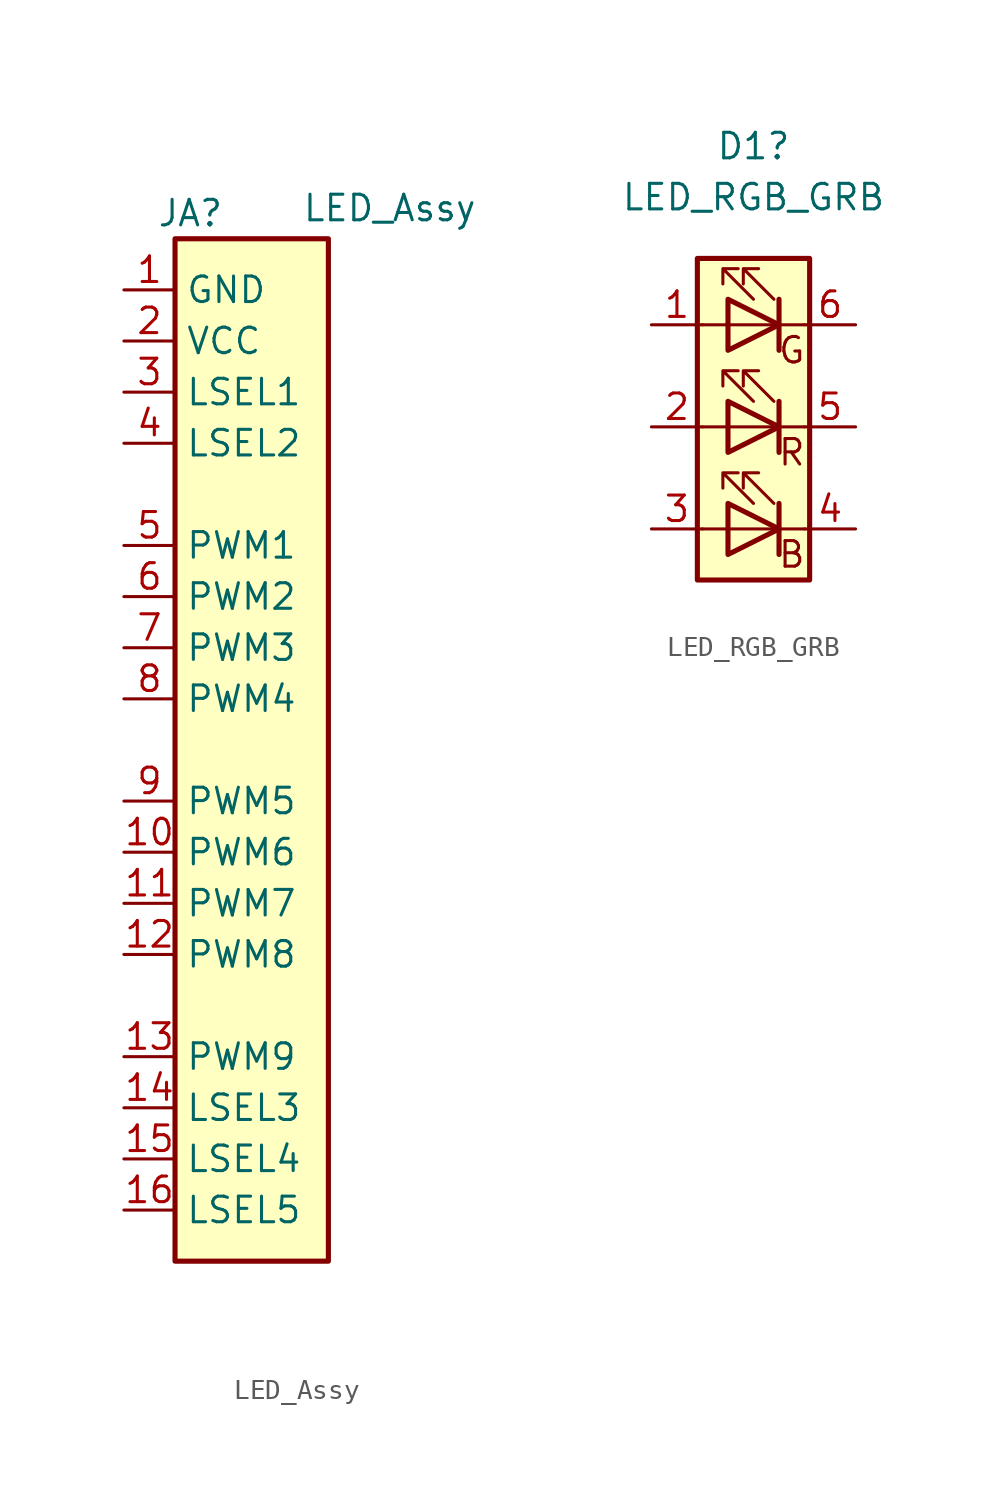
<source format=kicad_sym>
(kicad_symbol_lib
  (version 20231120)
  (generator "kicad_symbol_editor")
  (generator_version "8.0")
  (symbol "LED_Assy"
    (property "Reference" "JA"
      (at -3.048 26.67 0)
      (effects (font (size 1.27 1.27))))
    (property "Value" "LED_Assy"
      (at 6.858 26.924 0)
      (effects (font (size 1.27 1.27))))
    (symbol "LED_Assy_0_1"
      (rectangle (start -3.81 25.4) (end 3.81 -25.4) (stroke (width 0.254) (type default)) (fill (type background))))
    (symbol "LED_Assy_1_1"
      (pin power_in line (at -6.35 22.86 0) (length 2.54) (name "GND" (effects (font (size 1.27 1.27)))) (number "1" (effects (font (size 1.27 1.27)))))
      (pin bidirectional line (at -6.35 -5.08 0) (length 2.54) (name "PWM6" (effects (font (size 1.27 1.27)))) (number "10" (effects (font (size 1.27 1.27)))))
      (pin bidirectional line (at -6.35 -7.62 0) (length 2.54) (name "PWM7" (effects (font (size 1.27 1.27)))) (number "11" (effects (font (size 1.27 1.27)))))
      (pin bidirectional line (at -6.35 -10.16 0) (length 2.54) (name "PWM8" (effects (font (size 1.27 1.27)))) (number "12" (effects (font (size 1.27 1.27)))))
      (pin bidirectional line (at -6.35 -15.24 0) (length 2.54) (name "PWM9" (effects (font (size 1.27 1.27)))) (number "13" (effects (font (size 1.27 1.27)))))
      (pin bidirectional line (at -6.35 -17.78 0) (length 2.54) (name "LSEL3" (effects (font (size 1.27 1.27)))) (number "14" (effects (font (size 1.27 1.27)))))
      (pin bidirectional line (at -6.35 -20.32 0) (length 2.54) (name "LSEL4" (effects (font (size 1.27 1.27)))) (number "15" (effects (font (size 1.27 1.27)))))
      (pin bidirectional line (at -6.35 -22.86 0) (length 2.54) (name "LSEL5" (effects (font (size 1.27 1.27)))) (number "16" (effects (font (size 1.27 1.27)))))
      (pin power_in line (at -6.35 20.32 0) (length 2.54) (name "VCC" (effects (font (size 1.27 1.27)))) (number "2" (effects (font (size 1.27 1.27)))))
      (pin bidirectional line (at -6.35 17.78 0) (length 2.54) (name "LSEL1" (effects (font (size 1.27 1.27)))) (number "3" (effects (font (size 1.27 1.27)))))
      (pin bidirectional line (at -6.35 15.24 0) (length 2.54) (name "LSEL2" (effects (font (size 1.27 1.27)))) (number "4" (effects (font (size 1.27 1.27)))))
      (pin bidirectional line (at -6.35 10.16 0) (length 2.54) (name "PWM1" (effects (font (size 1.27 1.27)))) (number "5" (effects (font (size 1.27 1.27)))))
      (pin bidirectional line (at -6.35 7.62 0) (length 2.54) (name "PWM2" (effects (font (size 1.27 1.27)))) (number "6" (effects (font (size 1.27 1.27)))))
      (pin bidirectional line (at -6.35 5.08 0) (length 2.54) (name "PWM3" (effects (font (size 1.27 1.27)))) (number "7" (effects (font (size 1.27 1.27)))))
      (pin bidirectional line (at -6.35 2.54 0) (length 2.54) (name "PWM4" (effects (font (size 1.27 1.27)))) (number "8" (effects (font (size 1.27 1.27)))))
      (pin bidirectional line (at -6.35 -2.54 0) (length 2.54) (name "PWM5" (effects (font (size 1.27 1.27)))) (number "9" (effects (font (size 1.27 1.27)))))))
  (symbol "LED_RGB_GRB"
    (pin_names
      (offset 0) hide)
    (property "Reference" "D1"
      (at 0 13.97 0)
      (effects (font (size 1.27 1.27))))
    (property "Value" "LED_RGB_GRB"
      (at 0 11.43 0)
      (effects (font (size 1.27 1.27))))
    (symbol "LED_RGB_GRB_0_0"
      (text "B" (at 1.905 -6.35 0) (effects (font (size 1.27 1.27))))
      (text "G" (at 1.905 3.81 0) (effects (font (size 1.27 1.27))))
      (text "R" (at 1.905 -1.27 0) (effects (font (size 1.27 1.27)))))
    (symbol "LED_RGB_GRB_0_1"
      (rectangle (start -1.27 1.27) (end -1.27 -1.27) (stroke (width 0) (type default)) (fill (type none)))
      (rectangle (start -1.27 1.27) (end -1.27 1.27) (stroke (width 0) (type default)) (fill (type none)))
      (rectangle (start -1.27 6.35) (end -1.27 3.81) (stroke (width 0) (type default)) (fill (type none)))
      (rectangle (start -1.27 6.35) (end -1.27 6.35) (stroke (width 0) (type default)) (fill (type none)))
      (polyline (pts (xy -1.27 -5.08) (xy -2.54 -5.08)) (stroke (width 0) (type default)) (fill (type none)))
      (polyline (pts (xy -1.27 0) (xy -2.54 0)) (stroke (width 0) (type default)) (fill (type none)))
      (polyline (pts (xy -1.27 0) (xy 1.27 0)) (stroke (width 0) (type default)) (fill (type none)))
      (polyline (pts (xy -1.27 5.08) (xy -2.54 5.08)) (stroke (width 0) (type default)) (fill (type none)))
      (polyline (pts (xy 1.27 -5.08) (xy -1.27 -5.08)) (stroke (width 0) (type default)) (fill (type none)))
      (polyline (pts (xy 1.27 -5.08) (xy 2.54 -5.08)) (stroke (width 0) (type default)) (fill (type none)))
      (polyline (pts (xy 1.27 -3.81) (xy 1.27 -6.35)) (stroke (width 0.254) (type default)) (fill (type none)))
      (polyline (pts (xy 1.27 0) (xy 2.54 0)) (stroke (width 0) (type default)) (fill (type none)))
      (polyline (pts (xy 1.27 1.27) (xy 1.27 -1.27)) (stroke (width 0.254) (type default)) (fill (type none)))
      (polyline (pts (xy 1.27 5.08) (xy -1.27 5.08)) (stroke (width 0) (type default)) (fill (type none)))
      (polyline (pts (xy 1.27 5.08) (xy 2.54 5.08)) (stroke (width 0) (type default)) (fill (type none)))
      (polyline (pts (xy 1.27 6.35) (xy 1.27 3.81)) (stroke (width 0.254) (type default)) (fill (type none)))
      (polyline (pts (xy 1.27 1.27) (xy 1.27 -1.27) (xy 1.27 -1.27)) (stroke (width 0) (type default)) (fill (type none)))
      (polyline (pts (xy 1.27 6.35) (xy 1.27 3.81) (xy 1.27 3.81)) (stroke (width 0) (type default)) (fill (type none)))
      (polyline (pts (xy -1.27 -3.81) (xy -1.27 -6.35) (xy 1.27 -5.08) (xy -1.27 -3.81)) (stroke (width 0.254) (type default)) (fill (type none)))
      (polyline (pts (xy -1.27 1.27) (xy -1.27 -1.27) (xy 1.27 0) (xy -1.27 1.27)) (stroke (width 0.254) (type default)) (fill (type none)))
      (polyline (pts (xy -1.27 6.35) (xy -1.27 3.81) (xy 1.27 5.08) (xy -1.27 6.35)) (stroke (width 0.254) (type default)) (fill (type none)))
      (polyline (pts (xy 0 -3.81) (xy -1.524 -2.286) (xy -0.762 -2.286) (xy -1.524 -2.286) (xy -1.524 -3.048)) (stroke (width 0) (type default)) (fill (type none)))
      (polyline (pts (xy 0 1.27) (xy -1.524 2.794) (xy -0.762 2.794) (xy -1.524 2.794) (xy -1.524 2.032)) (stroke (width 0) (type default)) (fill (type none)))
      (polyline (pts (xy 0 6.35) (xy -1.524 7.874) (xy -0.762 7.874) (xy -1.524 7.874) (xy -1.524 7.112)) (stroke (width 0) (type default)) (fill (type none)))
      (polyline (pts (xy 1.016 -3.81) (xy -0.508 -2.286) (xy 0.254 -2.286) (xy -0.508 -2.286) (xy -0.508 -3.048)) (stroke (width 0) (type default)) (fill (type none)))
      (polyline (pts (xy 1.016 1.27) (xy -0.508 2.794) (xy 0.254 2.794) (xy -0.508 2.794) (xy -0.508 2.032)) (stroke (width 0) (type default)) (fill (type none)))
      (polyline (pts (xy 1.016 6.35) (xy -0.508 7.874) (xy 0.254 7.874) (xy -0.508 7.874) (xy -0.508 7.112)) (stroke (width 0) (type default)) (fill (type none)))
      (rectangle (start 2.794 -7.62) (end -2.794 8.382) (stroke (width 0.254) (type default)) (fill (type background))))
    (symbol "LED_RGB_GRB_1_1"
      (pin passive line (at -5.08 5.08 0) (length 2.54) (name "RA" (effects (font (size 1.27 1.27)))) (number "1" (effects (font (size 1.27 1.27)))))
      (pin passive line (at -5.08 0 0) (length 2.54) (name "GA" (effects (font (size 1.27 1.27)))) (number "2" (effects (font (size 1.27 1.27)))))
      (pin passive line (at -5.08 -5.08 0) (length 2.54) (name "BA" (effects (font (size 1.27 1.27)))) (number "3" (effects (font (size 1.27 1.27)))))
      (pin passive line (at 5.08 -5.08 180) (length 2.54) (name "BK" (effects (font (size 1.27 1.27)))) (number "4" (effects (font (size 1.27 1.27)))))
      (pin passive line (at 5.08 0 180) (length 2.54) (name "GK" (effects (font (size 1.27 1.27)))) (number "5" (effects (font (size 1.27 1.27)))))
      (pin passive line (at 5.08 5.08 180) (length 2.54) (name "RK" (effects (font (size 1.27 1.27)))) (number "6" (effects (font (size 1.27 1.27))))))))
</source>
